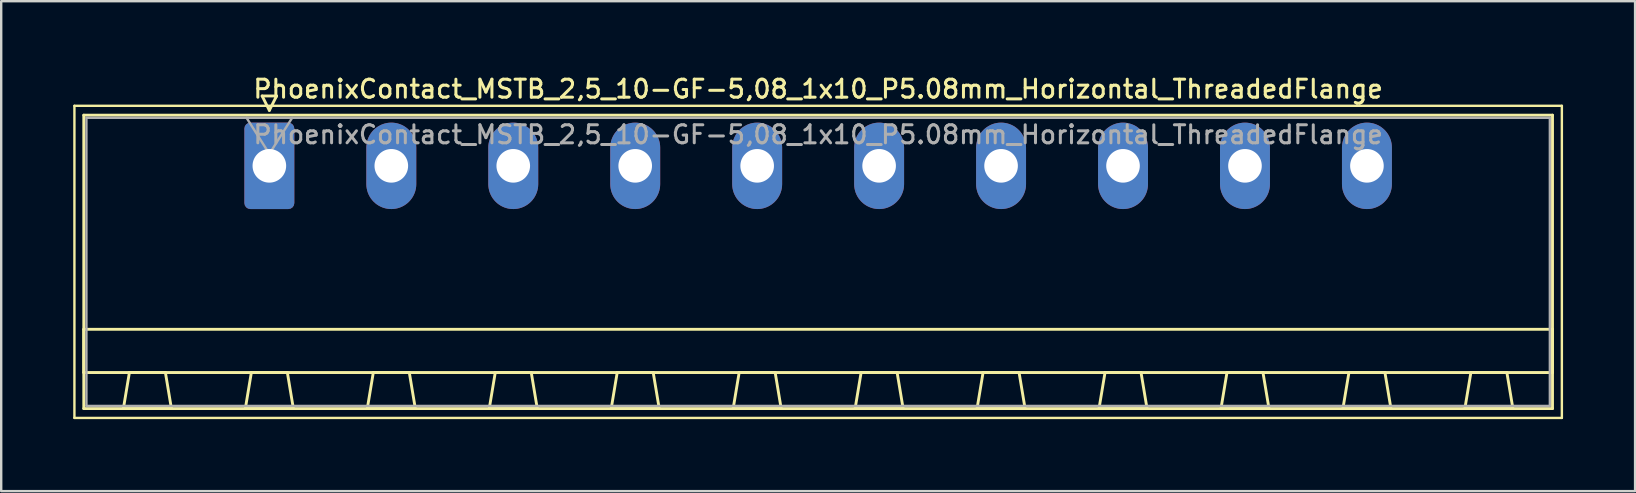
<source format=kicad_pcb>
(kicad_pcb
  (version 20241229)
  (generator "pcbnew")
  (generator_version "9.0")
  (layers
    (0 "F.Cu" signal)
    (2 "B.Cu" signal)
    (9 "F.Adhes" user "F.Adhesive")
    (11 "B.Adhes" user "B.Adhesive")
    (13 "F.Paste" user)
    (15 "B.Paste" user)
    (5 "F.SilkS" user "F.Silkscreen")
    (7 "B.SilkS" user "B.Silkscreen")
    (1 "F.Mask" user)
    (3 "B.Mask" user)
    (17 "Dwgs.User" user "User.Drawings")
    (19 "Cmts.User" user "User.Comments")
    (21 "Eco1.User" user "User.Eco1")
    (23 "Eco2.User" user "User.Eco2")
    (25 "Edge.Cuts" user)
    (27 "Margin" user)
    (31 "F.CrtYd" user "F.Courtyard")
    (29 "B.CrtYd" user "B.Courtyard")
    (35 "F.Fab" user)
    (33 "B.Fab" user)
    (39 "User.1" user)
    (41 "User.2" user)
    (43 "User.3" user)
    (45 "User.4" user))
  (footprint "PhoenixContact_MSTB_2,5_10-GF-5,08_1x10_P5.08mm_Horizontal_ThreadedFlange"
    (layer "F.Cu")
    (at 8.17 3.858)
    (property "Reference" "PhoenixContact_MSTB_2,5_10-GF-5,08_1x10_P5.08mm_Horizontal_ThreadedFlange" (at 22.86 -3.2 0) (layer "F.SilkS") (effects (font (size 0.75 0.75) (thickness 0.125))))
    (attr through_hole)
    (fp_line (start -8.12 -2.5) (end -8.12 10.5) (stroke (width 0.1) (type solid)) (layer "F.SilkS"))
    (fp_line (start -8.12 10.5) (end 53.84 10.5) (stroke (width 0.1) (type solid)) (layer "F.SilkS"))
    (fp_line (start -7.73 -2.11) (end -7.73 10.11) (stroke (width 0.12) (type solid)) (layer "F.SilkS"))
    (fp_line (start -7.73 6.81) (end 53.45 6.81) (stroke (width 0.12) (type solid)) (layer "F.SilkS"))
    (fp_line (start -7.73 8.61) (end -7.73 6.81) (stroke (width 0.12) (type solid)) (layer "F.SilkS"))
    (fp_line (start -7.73 10.11) (end 53.45 10.11) (stroke (width 0.12) (type solid)) (layer "F.SilkS"))
    (fp_line (start -6.08 10.11) (end -4.08 10.11) (stroke (width 0.12) (type solid)) (layer "F.SilkS"))
    (fp_line (start -5.83 8.61) (end -6.08 10.11) (stroke (width 0.12) (type solid)) (layer "F.SilkS"))
    (fp_line (start -4.33 8.61) (end -5.83 8.61) (stroke (width 0.12) (type solid)) (layer "F.SilkS"))
    (fp_line (start -4.08 10.11) (end -4.33 8.61) (stroke (width 0.12) (type solid)) (layer "F.SilkS"))
    (fp_line (start -1 10.11) (end 1 10.11) (stroke (width 0.12) (type solid)) (layer "F.SilkS"))
    (fp_line (start -0.75 8.61) (end -1 10.11) (stroke (width 0.12) (type solid)) (layer "F.SilkS"))
    (fp_line (start -0.3 -2.91) (end 0.3 -2.91) (stroke (width 0.12) (type solid)) (layer "F.SilkS"))
    (fp_line (start 0 -2.31) (end -0.3 -2.91) (stroke (width 0.12) (type solid)) (layer "F.SilkS"))
    (fp_line (start 0.3 -2.91) (end 0 -2.31) (stroke (width 0.12) (type solid)) (layer "F.SilkS"))
    (fp_line (start 0.75 8.61) (end -0.75 8.61) (stroke (width 0.12) (type solid)) (layer "F.SilkS"))
    (fp_line (start 1 10.11) (end 0.75 8.61) (stroke (width 0.12) (type solid)) (layer "F.SilkS"))
    (fp_line (start 4.08 10.11) (end 6.08 10.11) (stroke (width 0.12) (type solid)) (layer "F.SilkS"))
    (fp_line (start 4.33 8.61) (end 4.08 10.11) (stroke (width 0.12) (type solid)) (layer "F.SilkS"))
    (fp_line (start 5.83 8.61) (end 4.33 8.61) (stroke (width 0.12) (type solid)) (layer "F.SilkS"))
    (fp_line (start 6.08 10.11) (end 5.83 8.61) (stroke (width 0.12) (type solid)) (layer "F.SilkS"))
    (fp_line (start 9.16 10.11) (end 11.16 10.11) (stroke (width 0.12) (type solid)) (layer "F.SilkS"))
    (fp_line (start 9.41 8.61) (end 9.16 10.11) (stroke (width 0.12) (type solid)) (layer "F.SilkS"))
    (fp_line (start 10.91 8.61) (end 9.41 8.61) (stroke (width 0.12) (type solid)) (layer "F.SilkS"))
    (fp_line (start 11.16 10.11) (end 10.91 8.61) (stroke (width 0.12) (type solid)) (layer "F.SilkS"))
    (fp_line (start 14.24 10.11) (end 16.24 10.11) (stroke (width 0.12) (type solid)) (layer "F.SilkS"))
    (fp_line (start 14.49 8.61) (end 14.24 10.11) (stroke (width 0.12) (type solid)) (layer "F.SilkS"))
    (fp_line (start 15.99 8.61) (end 14.49 8.61) (stroke (width 0.12) (type solid)) (layer "F.SilkS"))
    (fp_line (start 16.24 10.11) (end 15.99 8.61) (stroke (width 0.12) (type solid)) (layer "F.SilkS"))
    (fp_line (start 19.32 10.11) (end 21.32 10.11) (stroke (width 0.12) (type solid)) (layer "F.SilkS"))
    (fp_line (start 19.57 8.61) (end 19.32 10.11) (stroke (width 0.12) (type solid)) (layer "F.SilkS"))
    (fp_line (start 21.07 8.61) (end 19.57 8.61) (stroke (width 0.12) (type solid)) (layer "F.SilkS"))
    (fp_line (start 21.32 10.11) (end 21.07 8.61) (stroke (width 0.12) (type solid)) (layer "F.SilkS"))
    (fp_line (start 24.4 10.11) (end 26.4 10.11) (stroke (width 0.12) (type solid)) (layer "F.SilkS"))
    (fp_line (start 24.65 8.61) (end 24.4 10.11) (stroke (width 0.12) (type solid)) (layer "F.SilkS"))
    (fp_line (start 26.15 8.61) (end 24.65 8.61) (stroke (width 0.12) (type solid)) (layer "F.SilkS"))
    (fp_line (start 26.4 10.11) (end 26.15 8.61) (stroke (width 0.12) (type solid)) (layer "F.SilkS"))
    (fp_line (start 29.48 10.11) (end 31.48 10.11) (stroke (width 0.12) (type solid)) (layer "F.SilkS"))
    (fp_line (start 29.73 8.61) (end 29.48 10.11) (stroke (width 0.12) (type solid)) (layer "F.SilkS"))
    (fp_line (start 31.23 8.61) (end 29.73 8.61) (stroke (width 0.12) (type solid)) (layer "F.SilkS"))
    (fp_line (start 31.48 10.11) (end 31.23 8.61) (stroke (width 0.12) (type solid)) (layer "F.SilkS"))
    (fp_line (start 34.56 10.11) (end 36.56 10.11) (stroke (width 0.12) (type solid)) (layer "F.SilkS"))
    (fp_line (start 34.81 8.61) (end 34.56 10.11) (stroke (width 0.12) (type solid)) (layer "F.SilkS"))
    (fp_line (start 36.31 8.61) (end 34.81 8.61) (stroke (width 0.12) (type solid)) (layer "F.SilkS"))
    (fp_line (start 36.56 10.11) (end 36.31 8.61) (stroke (width 0.12) (type solid)) (layer "F.SilkS"))
    (fp_line (start 39.64 10.11) (end 41.64 10.11) (stroke (width 0.12) (type solid)) (layer "F.SilkS"))
    (fp_line (start 39.89 8.61) (end 39.64 10.11) (stroke (width 0.12) (type solid)) (layer "F.SilkS"))
    (fp_line (start 41.39 8.61) (end 39.89 8.61) (stroke (width 0.12) (type solid)) (layer "F.SilkS"))
    (fp_line (start 41.64 10.11) (end 41.39 8.61) (stroke (width 0.12) (type solid)) (layer "F.SilkS"))
    (fp_line (start 44.72 10.11) (end 46.72 10.11) (stroke (width 0.12) (type solid)) (layer "F.SilkS"))
    (fp_line (start 44.97 8.61) (end 44.72 10.11) (stroke (width 0.12) (type solid)) (layer "F.SilkS"))
    (fp_line (start 46.47 8.61) (end 44.97 8.61) (stroke (width 0.12) (type solid)) (layer "F.SilkS"))
    (fp_line (start 46.72 10.11) (end 46.47 8.61) (stroke (width 0.12) (type solid)) (layer "F.SilkS"))
    (fp_line (start 49.8 10.11) (end 51.8 10.11) (stroke (width 0.12) (type solid)) (layer "F.SilkS"))
    (fp_line (start 50.05 8.61) (end 49.8 10.11) (stroke (width 0.12) (type solid)) (layer "F.SilkS"))
    (fp_line (start 51.55 8.61) (end 50.05 8.61) (stroke (width 0.12) (type solid)) (layer "F.SilkS"))
    (fp_line (start 51.8 10.11) (end 51.55 8.61) (stroke (width 0.12) (type solid)) (layer "F.SilkS"))
    (fp_line (start 53.45 -2.11) (end -7.73 -2.11) (stroke (width 0.12) (type solid)) (layer "F.SilkS"))
    (fp_line (start 53.45 6.81) (end 53.45 8.61) (stroke (width 0.12) (type solid)) (layer "F.SilkS"))
    (fp_line (start 53.45 8.61) (end -7.73 8.61) (stroke (width 0.12) (type solid)) (layer "F.SilkS"))
    (fp_line (start 53.45 10.11) (end 53.45 -2.11) (stroke (width 0.12) (type solid)) (layer "F.SilkS"))
    (fp_line (start 53.84 -2.5) (end -8.12 -2.5) (stroke (width 0.1) (type solid)) (layer "F.SilkS"))
    (fp_line (start 53.84 10.5) (end 53.84 -2.5) (stroke (width 0.1) (type solid)) (layer "F.SilkS"))
    (fp_line (start -7.62 -2) (end -7.62 10) (stroke (width 0.1) (type solid)) (layer "F.Fab"))
    (fp_line (start -7.62 10) (end 53.34 10) (stroke (width 0.1) (type solid)) (layer "F.Fab"))
    (fp_line (start 0 -0.5) (end -0.95 -2) (stroke (width 0.1) (type solid)) (layer "F.Fab"))
    (fp_line (start 0.95 -2) (end 0 -0.5) (stroke (width 0.1) (type solid)) (layer "F.Fab"))
    (fp_line (start 53.34 -2) (end -7.62 -2) (stroke (width 0.1) (type solid)) (layer "F.Fab"))
    (fp_line (start 53.34 10) (end 53.34 -2) (stroke (width 0.1) (type solid)) (layer "F.Fab"))
    (fp_text user "${REFERENCE}" (at 22.86 -1.3 0) (layer "F.Fab") (effects (font (size 0.75 0.75) (thickness 0.125))))
    (pad "1" thru_hole roundrect (at 0 0) (size 2.08 3.6) (drill 1.4) (layers "*.Cu" "*.Mask") (roundrect_rratio 0.12))
    (pad "2" thru_hole oval (at 5.08 0) (size 2.08 3.6) (drill 1.4) (layers "*.Cu" "*.Mask"))
    (pad "3" thru_hole oval (at 10.16 0) (size 2.08 3.6) (drill 1.4) (layers "*.Cu" "*.Mask"))
    (pad "4" thru_hole oval (at 15.24 0) (size 2.08 3.6) (drill 1.4) (layers "*.Cu" "*.Mask"))
    (pad "5" thru_hole oval (at 20.32 0) (size 2.08 3.6) (drill 1.4) (layers "*.Cu" "*.Mask"))
    (pad "6" thru_hole oval (at 25.4 0) (size 2.08 3.6) (drill 1.4) (layers "*.Cu" "*.Mask"))
    (pad "7" thru_hole oval (at 30.48 0) (size 2.08 3.6) (drill 1.4) (layers "*.Cu" "*.Mask"))
    (pad "8" thru_hole oval (at 35.56 0) (size 2.08 3.6) (drill 1.4) (layers "*.Cu" "*.Mask"))
    (pad "9" thru_hole oval (at 40.64 0) (size 2.08 3.6) (drill 1.4) (layers "*.Cu" "*.Mask"))
    (pad "10" thru_hole oval (at 45.72 0) (size 2.08 3.6) (drill 1.4) (layers "*.Cu" "*.Mask")))
  (gr_rect
    (start -3 -3)
    (end 65.06 17.408)
    (stroke (width 0.1) (type default))
    (fill no)
    (layer "Edge.Cuts")))
</source>
